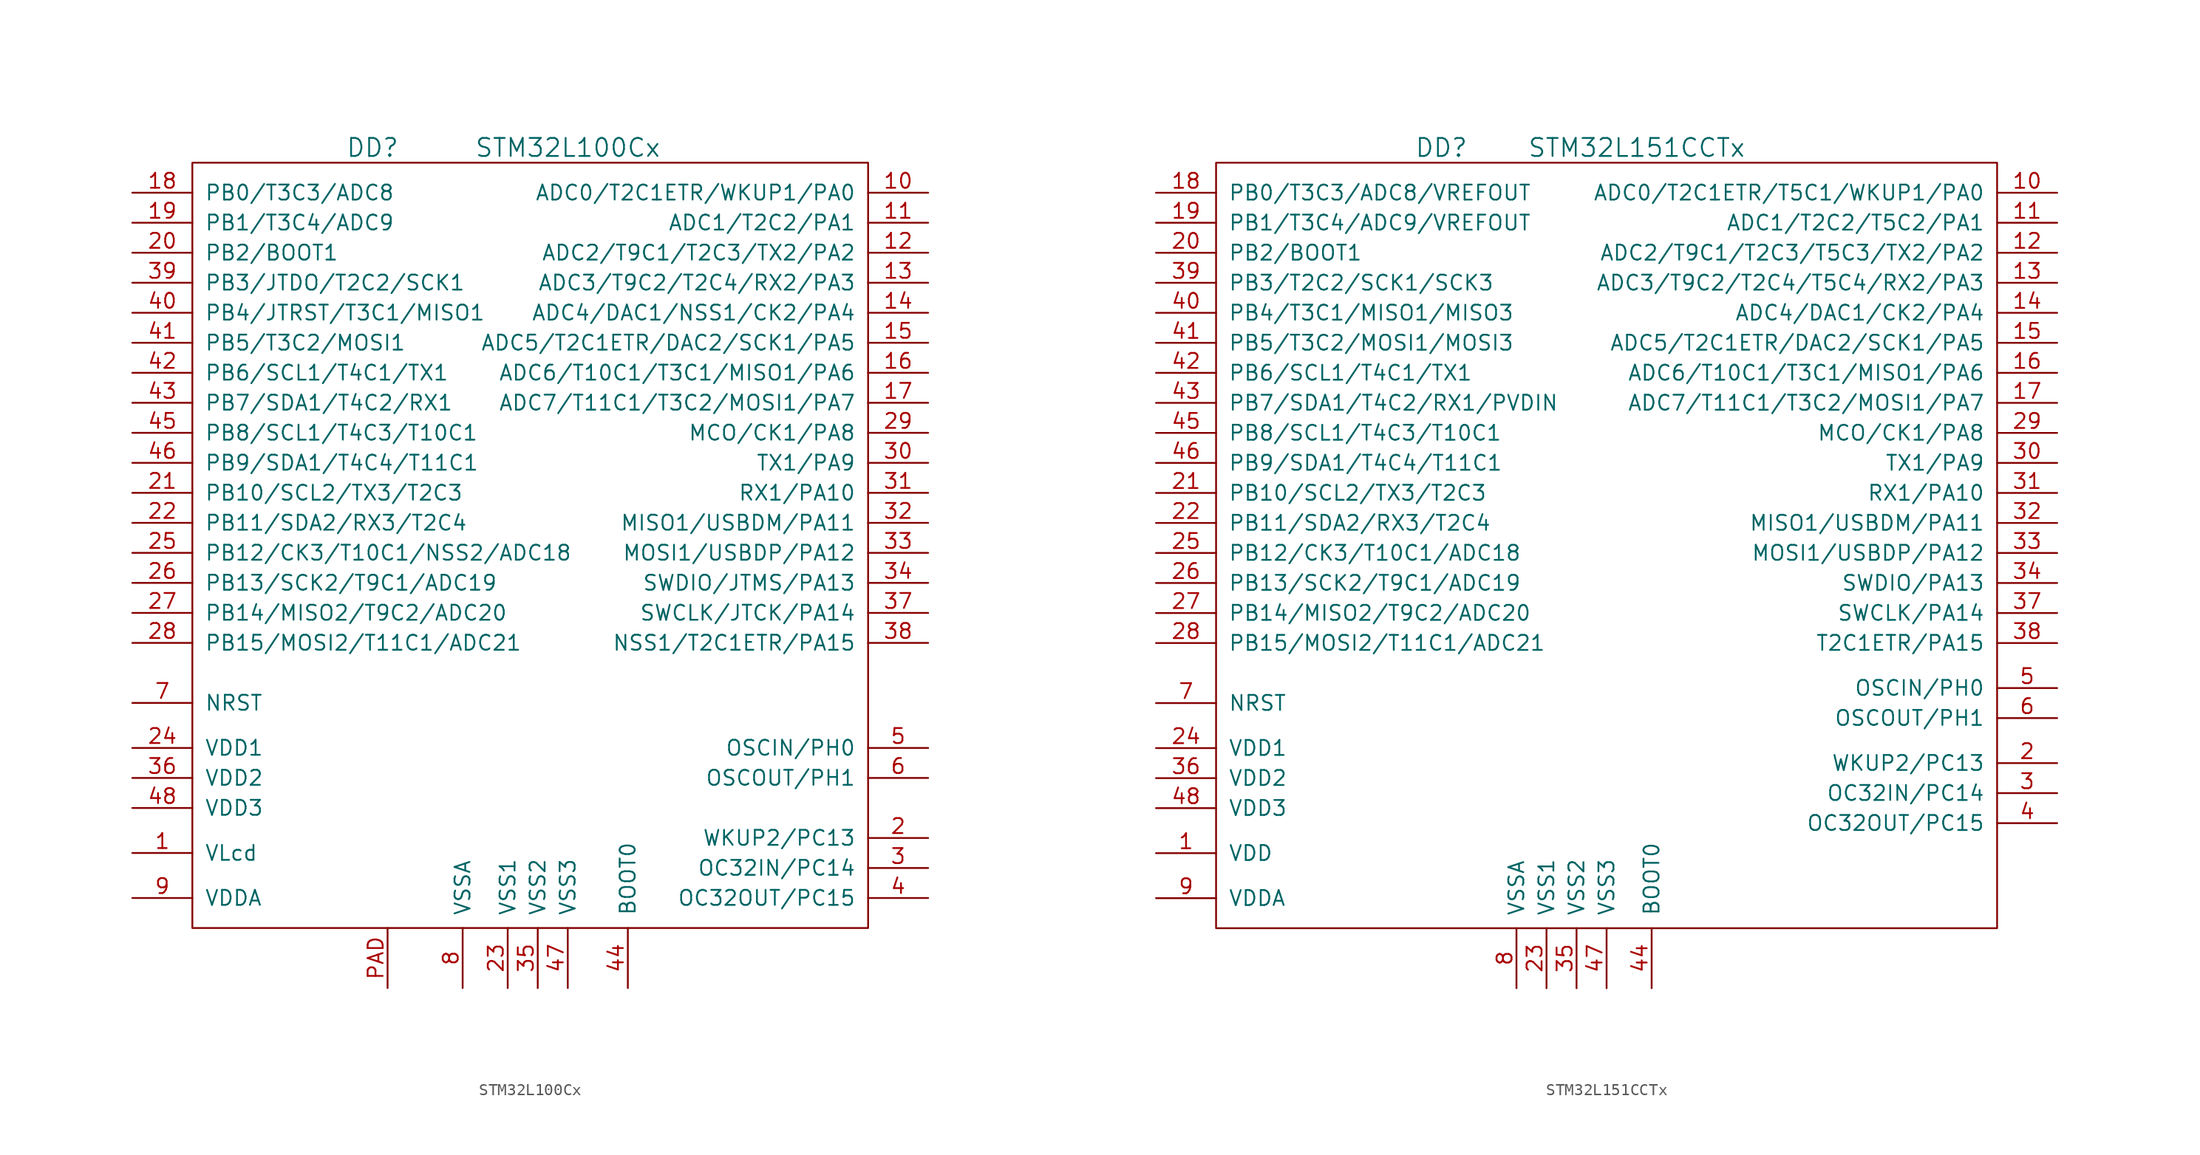
<source format=kicad_sym>
(kicad_symbol_lib
  (version 20201005)
  (generator kicad_symbol_editor)
  (symbol "st_kl:STM32L100Cx"
    (pin_names
      (offset 1.016))
    (property "Reference" "DD"
      (at -12.7 34.29 0)
      (effects (font (size 1.524 1.524))))
    (property "Value" "STM32L100Cx"
      (at 3.81 34.29 0)
      (effects (font (size 1.524 1.524))))
    (property "Footprint" ""
      (at 0 0 0)
      (effects (font (size 1.524 1.524))))
    (property "Datasheet" ""
      (at 0 0 0)
      (effects (font (size 1.524 1.524))))
    (symbol "STM32L100Cx_0_1"
      (rectangle (start 29.21 33.02) (end -27.94 -31.75) (stroke (width 0)) (fill (type none))))
    (symbol "STM32L100Cx_1_1"
      (pin power_in line (at -33.02 -25.4 0) (length 5.08) (name "VLcd" (effects (font (size 1.27 1.27)))) (number "1" (effects (font (size 1.27 1.27)))))
      (pin passive line (at 34.29 30.48 180) (length 5.08) (name "ADC0/T2C1ETR/WKUP1/PA0" (effects (font (size 1.27 1.27)))) (number "10" (effects (font (size 1.27 1.27)))))
      (pin passive line (at 34.29 27.94 180) (length 5.08) (name "ADC1/T2C2/PA1" (effects (font (size 1.27 1.27)))) (number "11" (effects (font (size 1.27 1.27)))))
      (pin passive line (at 34.29 25.4 180) (length 5.08) (name "ADC2/T9C1/T2C3/TX2/PA2" (effects (font (size 1.27 1.27)))) (number "12" (effects (font (size 1.27 1.27)))))
      (pin passive line (at 34.29 22.86 180) (length 5.08) (name "ADC3/T9C2/T2C4/RX2/PA3" (effects (font (size 1.27 1.27)))) (number "13" (effects (font (size 1.27 1.27)))))
      (pin passive line (at 34.29 20.32 180) (length 5.08) (name "ADC4/DAC1/NSS1/CK2/PA4" (effects (font (size 1.27 1.27)))) (number "14" (effects (font (size 1.27 1.27)))))
      (pin passive line (at 34.29 17.78 180) (length 5.08) (name "ADC5/T2C1ETR/DAC2/SCK1/PA5" (effects (font (size 1.27 1.27)))) (number "15" (effects (font (size 1.27 1.27)))))
      (pin passive line (at 34.29 15.24 180) (length 5.08) (name "ADC6/T10C1/T3C1/MISO1/PA6" (effects (font (size 1.27 1.27)))) (number "16" (effects (font (size 1.27 1.27)))))
      (pin passive line (at 34.29 12.7 180) (length 5.08) (name "ADC7/T11C1/T3C2/MOSI1/PA7" (effects (font (size 1.27 1.27)))) (number "17" (effects (font (size 1.27 1.27)))))
      (pin passive line (at -33.02 30.48 0) (length 5.08) (name "PB0/T3C3/ADC8" (effects (font (size 1.27 1.27)))) (number "18" (effects (font (size 1.27 1.27)))))
      (pin passive line (at -33.02 27.94 0) (length 5.08) (name "PB1/T3C4/ADC9" (effects (font (size 1.27 1.27)))) (number "19" (effects (font (size 1.27 1.27)))))
      (pin passive line (at 34.29 -24.13 180) (length 5.08) (name "WKUP2/PC13" (effects (font (size 1.27 1.27)))) (number "2" (effects (font (size 1.27 1.27)))))
      (pin passive line (at -33.02 25.4 0) (length 5.08) (name "PB2/BOOT1" (effects (font (size 1.27 1.27)))) (number "20" (effects (font (size 1.27 1.27)))))
      (pin passive line (at -33.02 5.08 0) (length 5.08) (name "PB10/SCL2/TX3/T2C3" (effects (font (size 1.27 1.27)))) (number "21" (effects (font (size 1.27 1.27)))))
      (pin passive line (at -33.02 2.54 0) (length 5.08) (name "PB11/SDA2/RX3/T2C4" (effects (font (size 1.27 1.27)))) (number "22" (effects (font (size 1.27 1.27)))))
      (pin power_in line (at -1.27 -36.83 90) (length 5.08) (name "VSS1" (effects (font (size 1.27 1.27)))) (number "23" (effects (font (size 1.27 1.27)))))
      (pin power_in line (at -33.02 -16.51 0) (length 5.08) (name "VDD1" (effects (font (size 1.27 1.27)))) (number "24" (effects (font (size 1.27 1.27)))))
      (pin passive line (at -33.02 0 0) (length 5.08) (name "PB12/CK3/T10C1/NSS2/ADC18" (effects (font (size 1.27 1.27)))) (number "25" (effects (font (size 1.27 1.27)))))
      (pin passive line (at -33.02 -2.54 0) (length 5.08) (name "PB13/SCK2/T9C1/ADC19" (effects (font (size 1.27 1.27)))) (number "26" (effects (font (size 1.27 1.27)))))
      (pin passive line (at -33.02 -5.08 0) (length 5.08) (name "PB14/MISO2/T9C2/ADC20" (effects (font (size 1.27 1.27)))) (number "27" (effects (font (size 1.27 1.27)))))
      (pin passive line (at -33.02 -7.62 0) (length 5.08) (name "PB15/MOSI2/T11C1/ADC21" (effects (font (size 1.27 1.27)))) (number "28" (effects (font (size 1.27 1.27)))))
      (pin passive line (at 34.29 10.16 180) (length 5.08) (name "MCO/CK1/PA8" (effects (font (size 1.27 1.27)))) (number "29" (effects (font (size 1.27 1.27)))))
      (pin passive line (at 34.29 -26.67 180) (length 5.08) (name "OC32IN/PC14" (effects (font (size 1.27 1.27)))) (number "3" (effects (font (size 1.27 1.27)))))
      (pin passive line (at 34.29 7.62 180) (length 5.08) (name "TX1/PA9" (effects (font (size 1.27 1.27)))) (number "30" (effects (font (size 1.27 1.27)))))
      (pin passive line (at 34.29 5.08 180) (length 5.08) (name "RX1/PA10" (effects (font (size 1.27 1.27)))) (number "31" (effects (font (size 1.27 1.27)))))
      (pin passive line (at 34.29 2.54 180) (length 5.08) (name "MISO1/USBDM/PA11" (effects (font (size 1.27 1.27)))) (number "32" (effects (font (size 1.27 1.27)))))
      (pin passive line (at 34.29 0 180) (length 5.08) (name "MOSI1/USBDP/PA12" (effects (font (size 1.27 1.27)))) (number "33" (effects (font (size 1.27 1.27)))))
      (pin passive line (at 34.29 -2.54 180) (length 5.08) (name "SWDIO/JTMS/PA13" (effects (font (size 1.27 1.27)))) (number "34" (effects (font (size 1.27 1.27)))))
      (pin power_in line (at 1.27 -36.83 90) (length 5.08) (name "VSS2" (effects (font (size 1.27 1.27)))) (number "35" (effects (font (size 1.27 1.27)))))
      (pin power_in line (at -33.02 -19.05 0) (length 5.08) (name "VDD2" (effects (font (size 1.27 1.27)))) (number "36" (effects (font (size 1.27 1.27)))))
      (pin passive line (at 34.29 -5.08 180) (length 5.08) (name "SWCLK/JTCK/PA14" (effects (font (size 1.27 1.27)))) (number "37" (effects (font (size 1.27 1.27)))))
      (pin passive line (at 34.29 -7.62 180) (length 5.08) (name "NSS1/T2C1ETR/PA15" (effects (font (size 1.27 1.27)))) (number "38" (effects (font (size 1.27 1.27)))))
      (pin passive line (at -33.02 22.86 0) (length 5.08) (name "PB3/JTDO/T2C2/SCK1" (effects (font (size 1.27 1.27)))) (number "39" (effects (font (size 1.27 1.27)))))
      (pin passive line (at 34.29 -29.21 180) (length 5.08) (name "OC32OUT/PC15" (effects (font (size 1.27 1.27)))) (number "4" (effects (font (size 1.27 1.27)))))
      (pin passive line (at -33.02 20.32 0) (length 5.08) (name "PB4/JTRST/T3C1/MISO1" (effects (font (size 1.27 1.27)))) (number "40" (effects (font (size 1.27 1.27)))))
      (pin passive line (at -33.02 17.78 0) (length 5.08) (name "PB5/T3C2/MOSI1" (effects (font (size 1.27 1.27)))) (number "41" (effects (font (size 1.27 1.27)))))
      (pin passive line (at -33.02 15.24 0) (length 5.08) (name "PB6/SCL1/T4C1/TX1" (effects (font (size 1.27 1.27)))) (number "42" (effects (font (size 1.27 1.27)))))
      (pin passive line (at -33.02 12.7 0) (length 5.08) (name "PB7/SDA1/T4C2/RX1" (effects (font (size 1.27 1.27)))) (number "43" (effects (font (size 1.27 1.27)))))
      (pin passive line (at 8.89 -36.83 90) (length 5.08) (name "BOOT0" (effects (font (size 1.27 1.27)))) (number "44" (effects (font (size 1.27 1.27)))))
      (pin passive line (at -33.02 10.16 0) (length 5.08) (name "PB8/SCL1/T4C3/T10C1" (effects (font (size 1.27 1.27)))) (number "45" (effects (font (size 1.27 1.27)))))
      (pin passive line (at -33.02 7.62 0) (length 5.08) (name "PB9/SDA1/T4C4/T11C1" (effects (font (size 1.27 1.27)))) (number "46" (effects (font (size 1.27 1.27)))))
      (pin power_in line (at 3.81 -36.83 90) (length 5.08) (name "VSS3" (effects (font (size 1.27 1.27)))) (number "47" (effects (font (size 1.27 1.27)))))
      (pin power_in line (at -33.02 -21.59 0) (length 5.08) (name "VDD3" (effects (font (size 1.27 1.27)))) (number "48" (effects (font (size 1.27 1.27)))))
      (pin passive line (at 34.29 -16.51 180) (length 5.08) (name "OSCIN/PH0" (effects (font (size 1.27 1.27)))) (number "5" (effects (font (size 1.27 1.27)))))
      (pin passive line (at 34.29 -19.05 180) (length 5.08) (name "OSCOUT/PH1" (effects (font (size 1.27 1.27)))) (number "6" (effects (font (size 1.27 1.27)))))
      (pin passive line (at -33.02 -12.7 0) (length 5.08) (name "NRST" (effects (font (size 1.27 1.27)))) (number "7" (effects (font (size 1.27 1.27)))))
      (pin power_in line (at -5.08 -36.83 90) (length 5.08) (name "VSSA" (effects (font (size 1.27 1.27)))) (number "8" (effects (font (size 1.27 1.27)))))
      (pin power_in line (at -33.02 -29.21 0) (length 5.08) (name "VDDA" (effects (font (size 1.27 1.27)))) (number "9" (effects (font (size 1.27 1.27)))))
      (pin power_in line (at -11.43 -36.83 90) (length 5.08) (name "~" (effects (font (size 1.27 1.27)))) (number "PAD" (effects (font (size 1.27 1.27)))))))
  (symbol "st_kl:STM32L151CCTx"
    (pin_names
      (offset 1.016))
    (property "Reference" "DD"
      (at -12.7 34.29 0)
      (effects (font (size 1.524 1.524))))
    (property "Value" "STM32L151CCTx"
      (at 3.81 34.29 0)
      (effects (font (size 1.524 1.524))))
    (property "Footprint" ""
      (at 0 0 0)
      (effects (font (size 1.524 1.524))))
    (property "Datasheet" ""
      (at 0 0 0)
      (effects (font (size 1.524 1.524))))
    (symbol "STM32L151CCTx_0_1"
      (rectangle (start 34.29 33.02) (end -31.75 -31.75) (stroke (width 0)) (fill (type none))))
    (symbol "STM32L151CCTx_1_1"
      (pin power_in line (at -36.83 -25.4 0) (length 5.08) (name "VDD" (effects (font (size 1.27 1.27)))) (number "1" (effects (font (size 1.27 1.27)))))
      (pin passive line (at 39.37 30.48 180) (length 5.08) (name "ADC0/T2C1ETR/T5C1/WKUP1/PA0" (effects (font (size 1.27 1.27)))) (number "10" (effects (font (size 1.27 1.27)))))
      (pin passive line (at 39.37 27.94 180) (length 5.08) (name "ADC1/T2C2/T5C2/PA1" (effects (font (size 1.27 1.27)))) (number "11" (effects (font (size 1.27 1.27)))))
      (pin passive line (at 39.37 25.4 180) (length 5.08) (name "ADC2/T9C1/T2C3/T5C3/TX2/PA2" (effects (font (size 1.27 1.27)))) (number "12" (effects (font (size 1.27 1.27)))))
      (pin passive line (at 39.37 22.86 180) (length 5.08) (name "ADC3/T9C2/T2C4/T5C4/RX2/PA3" (effects (font (size 1.27 1.27)))) (number "13" (effects (font (size 1.27 1.27)))))
      (pin passive line (at 39.37 20.32 180) (length 5.08) (name "ADC4/DAC1/CK2/PA4" (effects (font (size 1.27 1.27)))) (number "14" (effects (font (size 1.27 1.27)))))
      (pin passive line (at 39.37 17.78 180) (length 5.08) (name "ADC5/T2C1ETR/DAC2/SCK1/PA5" (effects (font (size 1.27 1.27)))) (number "15" (effects (font (size 1.27 1.27)))))
      (pin passive line (at 39.37 15.24 180) (length 5.08) (name "ADC6/T10C1/T3C1/MISO1/PA6" (effects (font (size 1.27 1.27)))) (number "16" (effects (font (size 1.27 1.27)))))
      (pin passive line (at 39.37 12.7 180) (length 5.08) (name "ADC7/T11C1/T3C2/MOSI1/PA7" (effects (font (size 1.27 1.27)))) (number "17" (effects (font (size 1.27 1.27)))))
      (pin passive line (at -36.83 30.48 0) (length 5.08) (name "PB0/T3C3/ADC8/VREFOUT" (effects (font (size 1.27 1.27)))) (number "18" (effects (font (size 1.27 1.27)))))
      (pin passive line (at -36.83 27.94 0) (length 5.08) (name "PB1/T3C4/ADC9/VREFOUT" (effects (font (size 1.27 1.27)))) (number "19" (effects (font (size 1.27 1.27)))))
      (pin passive line (at 39.37 -17.78 180) (length 5.08) (name "WKUP2/PC13" (effects (font (size 1.27 1.27)))) (number "2" (effects (font (size 1.27 1.27)))))
      (pin passive line (at -36.83 25.4 0) (length 5.08) (name "PB2/BOOT1" (effects (font (size 1.27 1.27)))) (number "20" (effects (font (size 1.27 1.27)))))
      (pin passive line (at -36.83 5.08 0) (length 5.08) (name "PB10/SCL2/TX3/T2C3" (effects (font (size 1.27 1.27)))) (number "21" (effects (font (size 1.27 1.27)))))
      (pin passive line (at -36.83 2.54 0) (length 5.08) (name "PB11/SDA2/RX3/T2C4" (effects (font (size 1.27 1.27)))) (number "22" (effects (font (size 1.27 1.27)))))
      (pin power_in line (at -3.81 -36.83 90) (length 5.08) (name "VSS1" (effects (font (size 1.27 1.27)))) (number "23" (effects (font (size 1.27 1.27)))))
      (pin power_in line (at -36.83 -16.51 0) (length 5.08) (name "VDD1" (effects (font (size 1.27 1.27)))) (number "24" (effects (font (size 1.27 1.27)))))
      (pin passive line (at -36.83 0 0) (length 5.08) (name "PB12/CK3/T10C1/ADC18" (effects (font (size 1.27 1.27)))) (number "25" (effects (font (size 1.27 1.27)))))
      (pin passive line (at -36.83 -2.54 0) (length 5.08) (name "PB13/SCK2/T9C1/ADC19" (effects (font (size 1.27 1.27)))) (number "26" (effects (font (size 1.27 1.27)))))
      (pin passive line (at -36.83 -5.08 0) (length 5.08) (name "PB14/MISO2/T9C2/ADC20" (effects (font (size 1.27 1.27)))) (number "27" (effects (font (size 1.27 1.27)))))
      (pin passive line (at -36.83 -7.62 0) (length 5.08) (name "PB15/MOSI2/T11C1/ADC21" (effects (font (size 1.27 1.27)))) (number "28" (effects (font (size 1.27 1.27)))))
      (pin passive line (at 39.37 10.16 180) (length 5.08) (name "MCO/CK1/PA8" (effects (font (size 1.27 1.27)))) (number "29" (effects (font (size 1.27 1.27)))))
      (pin passive line (at 39.37 -20.32 180) (length 5.08) (name "OC32IN/PC14" (effects (font (size 1.27 1.27)))) (number "3" (effects (font (size 1.27 1.27)))))
      (pin passive line (at 39.37 7.62 180) (length 5.08) (name "TX1/PA9" (effects (font (size 1.27 1.27)))) (number "30" (effects (font (size 1.27 1.27)))))
      (pin passive line (at 39.37 5.08 180) (length 5.08) (name "RX1/PA10" (effects (font (size 1.27 1.27)))) (number "31" (effects (font (size 1.27 1.27)))))
      (pin passive line (at 39.37 2.54 180) (length 5.08) (name "MISO1/USBDM/PA11" (effects (font (size 1.27 1.27)))) (number "32" (effects (font (size 1.27 1.27)))))
      (pin passive line (at 39.37 0 180) (length 5.08) (name "MOSI1/USBDP/PA12" (effects (font (size 1.27 1.27)))) (number "33" (effects (font (size 1.27 1.27)))))
      (pin passive line (at 39.37 -2.54 180) (length 5.08) (name "SWDIO/PA13" (effects (font (size 1.27 1.27)))) (number "34" (effects (font (size 1.27 1.27)))))
      (pin power_in line (at -1.27 -36.83 90) (length 5.08) (name "VSS2" (effects (font (size 1.27 1.27)))) (number "35" (effects (font (size 1.27 1.27)))))
      (pin power_in line (at -36.83 -19.05 0) (length 5.08) (name "VDD2" (effects (font (size 1.27 1.27)))) (number "36" (effects (font (size 1.27 1.27)))))
      (pin passive line (at 39.37 -5.08 180) (length 5.08) (name "SWCLK/PA14" (effects (font (size 1.27 1.27)))) (number "37" (effects (font (size 1.27 1.27)))))
      (pin passive line (at 39.37 -7.62 180) (length 5.08) (name "T2C1ETR/PA15" (effects (font (size 1.27 1.27)))) (number "38" (effects (font (size 1.27 1.27)))))
      (pin passive line (at -36.83 22.86 0) (length 5.08) (name "PB3/T2C2/SCK1/SCK3" (effects (font (size 1.27 1.27)))) (number "39" (effects (font (size 1.27 1.27)))))
      (pin passive line (at 39.37 -22.86 180) (length 5.08) (name "OC32OUT/PC15" (effects (font (size 1.27 1.27)))) (number "4" (effects (font (size 1.27 1.27)))))
      (pin passive line (at -36.83 20.32 0) (length 5.08) (name "PB4/T3C1/MISO1/MISO3" (effects (font (size 1.27 1.27)))) (number "40" (effects (font (size 1.27 1.27)))))
      (pin passive line (at -36.83 17.78 0) (length 5.08) (name "PB5/T3C2/MOSI1/MOSI3" (effects (font (size 1.27 1.27)))) (number "41" (effects (font (size 1.27 1.27)))))
      (pin passive line (at -36.83 15.24 0) (length 5.08) (name "PB6/SCL1/T4C1/TX1" (effects (font (size 1.27 1.27)))) (number "42" (effects (font (size 1.27 1.27)))))
      (pin passive line (at -36.83 12.7 0) (length 5.08) (name "PB7/SDA1/T4C2/RX1/PVDIN" (effects (font (size 1.27 1.27)))) (number "43" (effects (font (size 1.27 1.27)))))
      (pin passive line (at 5.08 -36.83 90) (length 5.08) (name "BOOT0" (effects (font (size 1.27 1.27)))) (number "44" (effects (font (size 1.27 1.27)))))
      (pin passive line (at -36.83 10.16 0) (length 5.08) (name "PB8/SCL1/T4C3/T10C1" (effects (font (size 1.27 1.27)))) (number "45" (effects (font (size 1.27 1.27)))))
      (pin passive line (at -36.83 7.62 0) (length 5.08) (name "PB9/SDA1/T4C4/T11C1" (effects (font (size 1.27 1.27)))) (number "46" (effects (font (size 1.27 1.27)))))
      (pin power_in line (at 1.27 -36.83 90) (length 5.08) (name "VSS3" (effects (font (size 1.27 1.27)))) (number "47" (effects (font (size 1.27 1.27)))))
      (pin power_in line (at -36.83 -21.59 0) (length 5.08) (name "VDD3" (effects (font (size 1.27 1.27)))) (number "48" (effects (font (size 1.27 1.27)))))
      (pin passive line (at 39.37 -11.43 180) (length 5.08) (name "OSCIN/PH0" (effects (font (size 1.27 1.27)))) (number "5" (effects (font (size 1.27 1.27)))))
      (pin passive line (at 39.37 -13.97 180) (length 5.08) (name "OSCOUT/PH1" (effects (font (size 1.27 1.27)))) (number "6" (effects (font (size 1.27 1.27)))))
      (pin passive line (at -36.83 -12.7 0) (length 5.08) (name "NRST" (effects (font (size 1.27 1.27)))) (number "7" (effects (font (size 1.27 1.27)))))
      (pin power_in line (at -6.35 -36.83 90) (length 5.08) (name "VSSA" (effects (font (size 1.27 1.27)))) (number "8" (effects (font (size 1.27 1.27)))))
      (pin power_in line (at -36.83 -29.21 0) (length 5.08) (name "VDDA" (effects (font (size 1.27 1.27)))) (number "9" (effects (font (size 1.27 1.27))))))))
</source>
